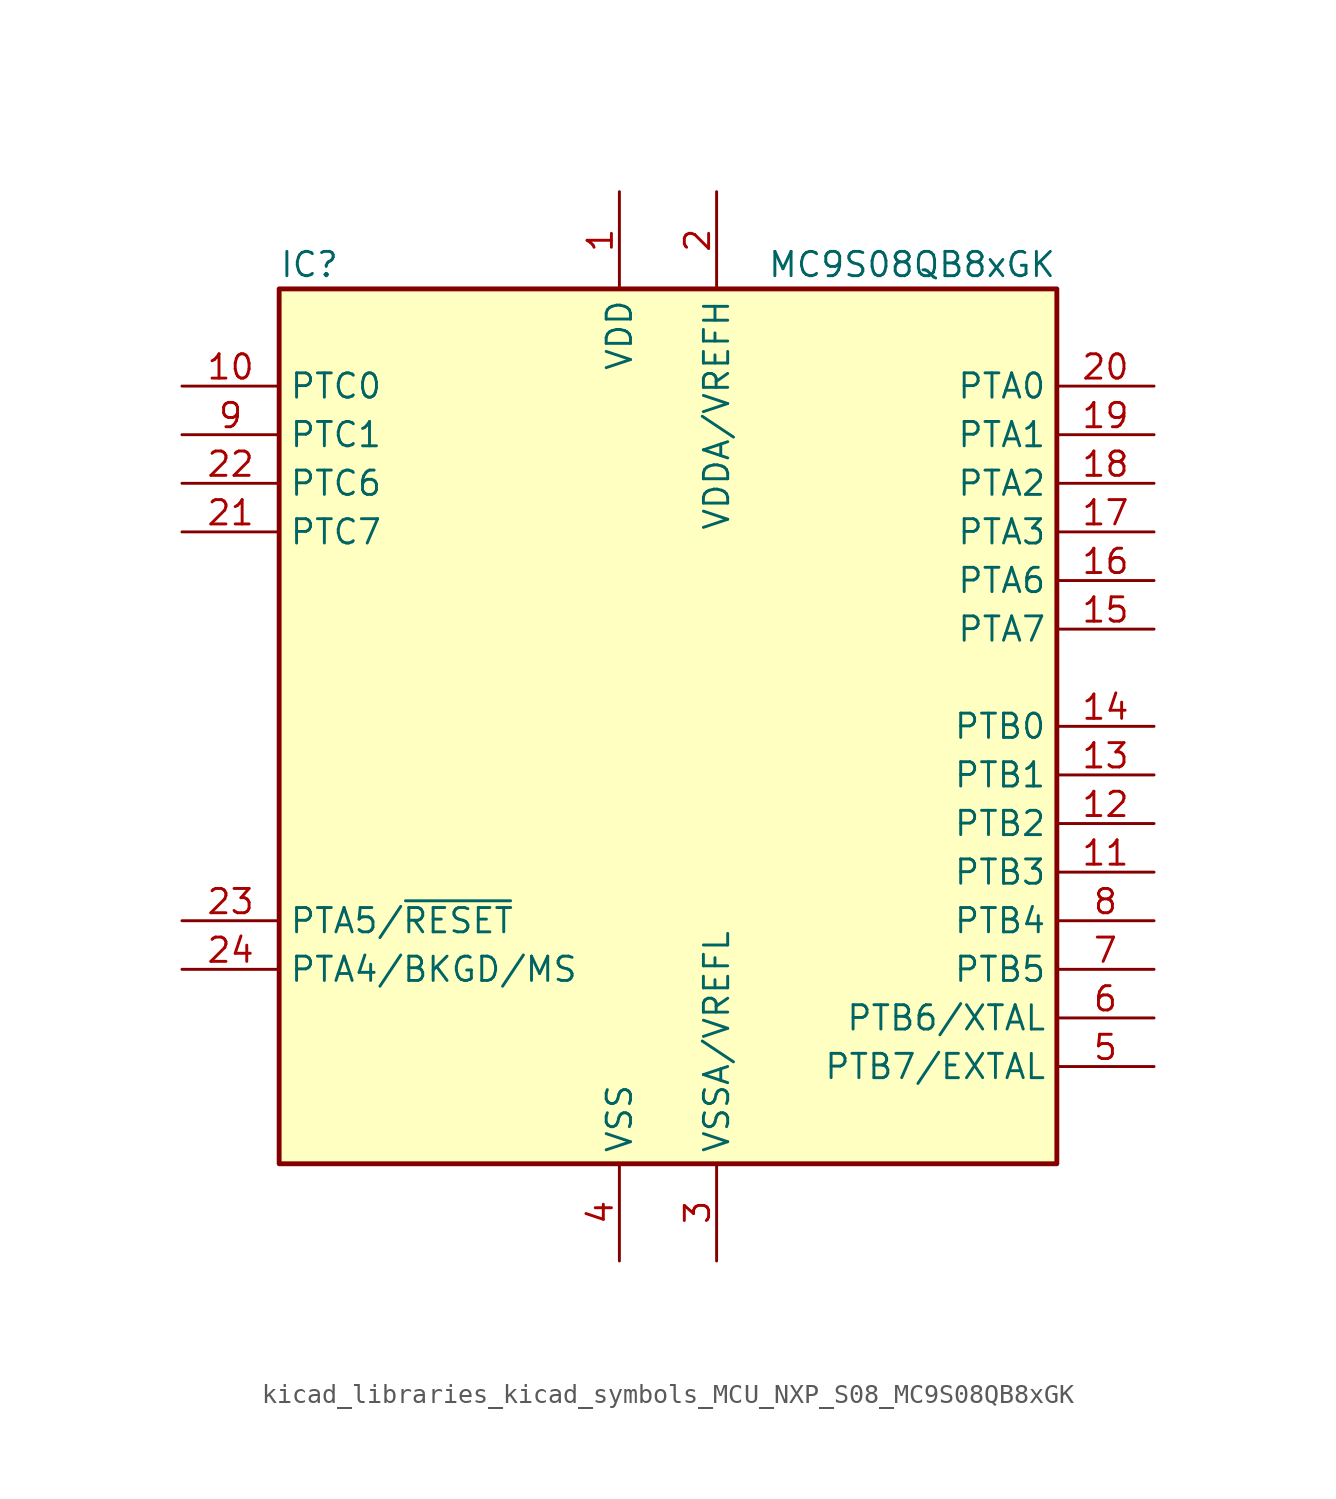
<source format=kicad_sym>
(kicad_symbol_lib
  (version 20220914)
  (generator kicad_symbol_editor)
  (symbol "kicad_libraries_kicad_symbols_MCU_NXP_S08_MC9S08QB8xGK"
    (property "Reference" "IC"
      (at -20.32 24.13 0)
      (effects (font (size 1.27 1.27)) (justify left)))
    (property "Value" "MC9S08QB8xGK"
      (at 20.32 24.13 0)
      (effects (font (size 1.27 1.27)) (justify right)))
    (symbol "kicad_libraries_kicad_symbols_MCU_NXP_S08_MC9S08QB8xGK_0_1"
      (rectangle (start -20.32 22.86) (end 20.32 -22.86) (stroke (width 0.254) (type default)) (fill (type background))))
    (symbol "kicad_libraries_kicad_symbols_MCU_NXP_S08_MC9S08QB8xGK_1_1"
      (pin power_in line (at -2.54 27.94 270) (length 5.08) (name "VDD" (effects (font (size 1.27 1.27)))) (number "1" (effects (font (size 1.27 1.27)))))
      (pin bidirectional line (at -25.4 17.78 0) (length 5.08) (name "PTC0" (effects (font (size 1.27 1.27)))) (number "10" (effects (font (size 1.27 1.27)))))
      (pin bidirectional line (at 25.4 -7.62 180) (length 5.08) (name "PTB3" (effects (font (size 1.27 1.27)))) (number "11" (effects (font (size 1.27 1.27)))))
      (pin bidirectional line (at 25.4 -5.08 180) (length 5.08) (name "PTB2" (effects (font (size 1.27 1.27)))) (number "12" (effects (font (size 1.27 1.27)))))
      (pin bidirectional line (at 25.4 -2.54 180) (length 5.08) (name "PTB1" (effects (font (size 1.27 1.27)))) (number "13" (effects (font (size 1.27 1.27)))))
      (pin bidirectional line (at 25.4 0 180) (length 5.08) (name "PTB0" (effects (font (size 1.27 1.27)))) (number "14" (effects (font (size 1.27 1.27)))))
      (pin bidirectional line (at 25.4 5.08 180) (length 5.08) (name "PTA7" (effects (font (size 1.27 1.27)))) (number "15" (effects (font (size 1.27 1.27)))))
      (pin bidirectional line (at 25.4 7.62 180) (length 5.08) (name "PTA6" (effects (font (size 1.27 1.27)))) (number "16" (effects (font (size 1.27 1.27)))))
      (pin bidirectional line (at 25.4 10.16 180) (length 5.08) (name "PTA3" (effects (font (size 1.27 1.27)))) (number "17" (effects (font (size 1.27 1.27)))))
      (pin bidirectional line (at 25.4 12.7 180) (length 5.08) (name "PTA2" (effects (font (size 1.27 1.27)))) (number "18" (effects (font (size 1.27 1.27)))))
      (pin bidirectional line (at 25.4 15.24 180) (length 5.08) (name "PTA1" (effects (font (size 1.27 1.27)))) (number "19" (effects (font (size 1.27 1.27)))))
      (pin power_in line (at 2.54 27.94 270) (length 5.08) (name "VDDA/VREFH" (effects (font (size 1.27 1.27)))) (number "2" (effects (font (size 1.27 1.27)))))
      (pin bidirectional line (at 25.4 17.78 180) (length 5.08) (name "PTA0" (effects (font (size 1.27 1.27)))) (number "20" (effects (font (size 1.27 1.27)))))
      (pin bidirectional line (at -25.4 10.16 0) (length 5.08) (name "PTC7" (effects (font (size 1.27 1.27)))) (number "21" (effects (font (size 1.27 1.27)))))
      (pin bidirectional line (at -25.4 12.7 0) (length 5.08) (name "PTC6" (effects (font (size 1.27 1.27)))) (number "22" (effects (font (size 1.27 1.27)))))
      (pin bidirectional line (at -25.4 -10.16 0) (length 5.08) (name "PTA5/~{RESET}" (effects (font (size 1.27 1.27)))) (number "23" (effects (font (size 1.27 1.27)))))
      (pin bidirectional line (at -25.4 -12.7 0) (length 5.08) (name "PTA4/BKGD/MS" (effects (font (size 1.27 1.27)))) (number "24" (effects (font (size 1.27 1.27)))))
      (pin power_in line (at 2.54 -27.94 90) (length 5.08) (name "VSSA/VREFL" (effects (font (size 1.27 1.27)))) (number "3" (effects (font (size 1.27 1.27)))))
      (pin power_in line (at -2.54 -27.94 90) (length 5.08) (name "VSS" (effects (font (size 1.27 1.27)))) (number "4" (effects (font (size 1.27 1.27)))))
      (pin bidirectional line (at 25.4 -17.78 180) (length 5.08) (name "PTB7/EXTAL" (effects (font (size 1.27 1.27)))) (number "5" (effects (font (size 1.27 1.27)))))
      (pin bidirectional line (at 25.4 -15.24 180) (length 5.08) (name "PTB6/XTAL" (effects (font (size 1.27 1.27)))) (number "6" (effects (font (size 1.27 1.27)))))
      (pin bidirectional line (at 25.4 -12.7 180) (length 5.08) (name "PTB5" (effects (font (size 1.27 1.27)))) (number "7" (effects (font (size 1.27 1.27)))))
      (pin bidirectional line (at 25.4 -10.16 180) (length 5.08) (name "PTB4" (effects (font (size 1.27 1.27)))) (number "8" (effects (font (size 1.27 1.27)))))
      (pin bidirectional line (at -25.4 15.24 0) (length 5.08) (name "PTC1" (effects (font (size 1.27 1.27)))) (number "9" (effects (font (size 1.27 1.27))))))))
</source>
